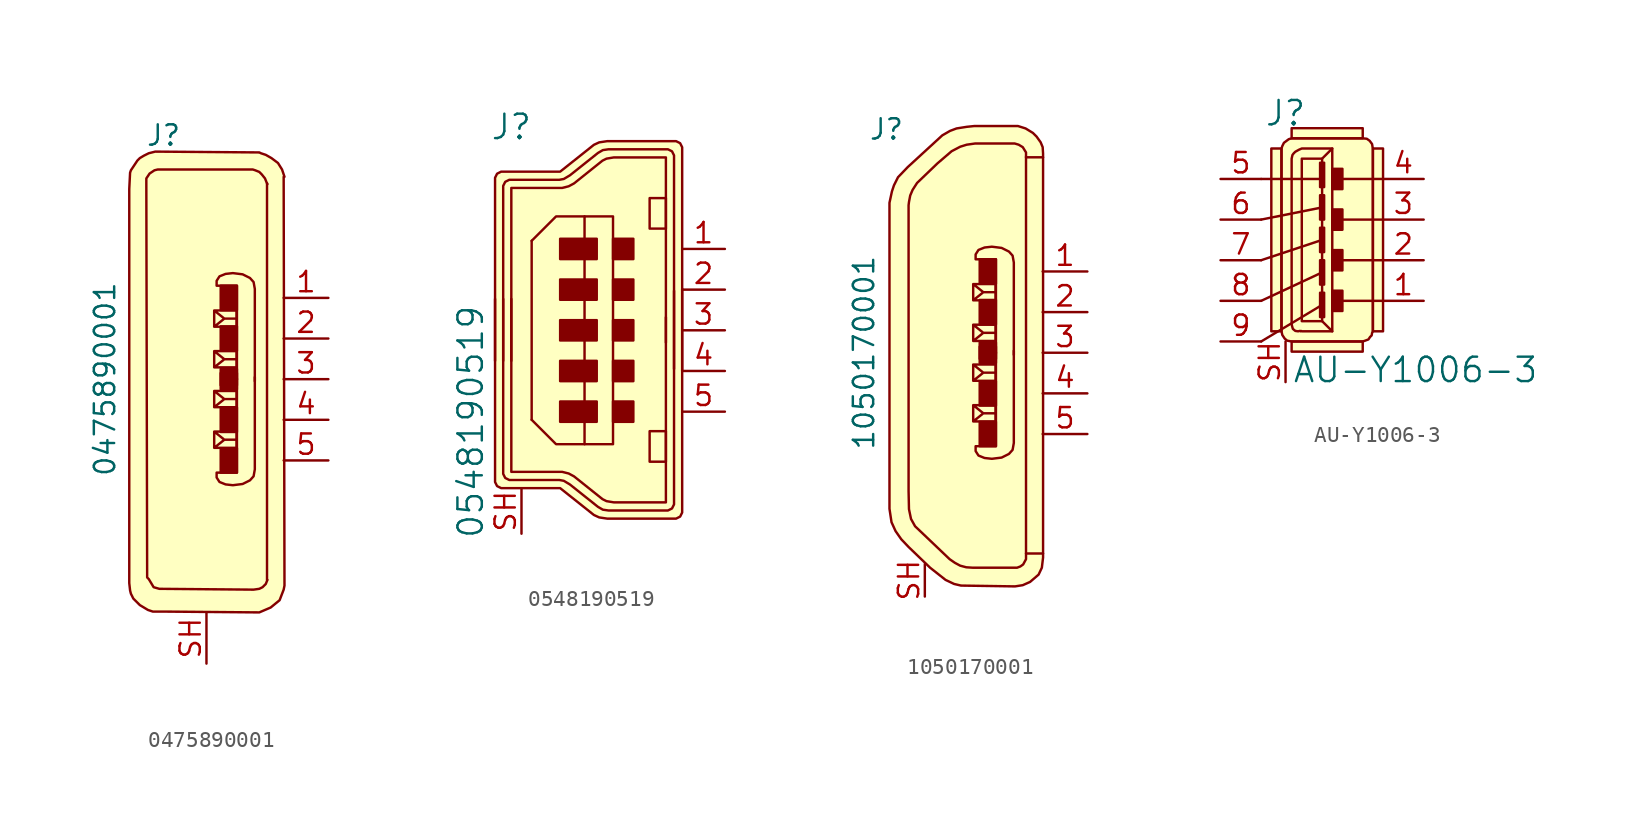
<source format=kicad_sym>
(kicad_symbol_lib
  (version 20220914)
  (generator kicad_symbol_editor)
  (symbol "0475890001"
    (pin_names
      (offset 1.016))
    (property "Reference" "J"
      (at -3.81 15.24 0)
      (effects (font (size 1.27 1.27)) (justify left)))
    (property "Value" "0475890001"
      (at -6.35 0 90)
      (effects (font (size 1.27 1.27))))
    (symbol "0475890001_0_1"
      (polyline (pts (xy 3.81 -12.548) (xy 3.708 -12.802) (xy 3.505 -13.005) (xy 3.302 -13.106) (xy 2.946 -13.157) (xy -2.946 -13.106) (xy -3.302 -13.005) (xy -3.454 -12.751) (xy -3.607 -12.497) (xy -3.708 -12.395) (xy -3.759 12.192) (xy -3.759 12.548) (xy -3.556 12.852) (xy -3.251 13.056) (xy -3.048 13.106) (xy 2.54 13.106) (xy 2.896 13.106) (xy 3.048 13.056) (xy 3.302 12.954) (xy 3.454 12.802) (xy 3.658 12.548) (xy 3.759 12.294) (xy 3.81 12.192)) (stroke (width 0) (type default)) (fill (type none)))
      (polyline (pts (xy 4.877 12.649) (xy 4.724 13.106) (xy 4.47 13.513) (xy 4.064 13.818) (xy 3.708 14.021) (xy 3.404 14.122) (xy 3.302 14.173) (xy -3.2 14.224) (xy -3.607 14.122) (xy -3.912 13.97) (xy -4.166 13.818) (xy -4.318 13.665) (xy -4.521 13.36) (xy -4.724 13.056) (xy -4.775 12.903) (xy -4.826 11.887) (xy -4.826 -12.751) (xy -4.775 -13.208) (xy -4.724 -13.411) (xy -4.572 -13.716) (xy -4.166 -14.122) (xy -3.658 -14.427) (xy -3.353 -14.529) (xy -2.642 -14.529) (xy 3.302 -14.58) (xy 4.013 -14.275) (xy 4.572 -13.818) (xy 4.826 -13.157) (xy 4.877 -12.903) (xy 4.826 12.649)) (stroke (width 0) (type default)) (fill (type background))))
    (symbol "0475890001_1_1"
      (polyline (pts (xy 3.785 12.243) (xy 3.785 -12.548)) (stroke (width 0) (type default)) (fill (type none)))
      (polyline (pts (xy 0.483 -4.293) (xy 0.483 -3.277) (xy 1.88 -3.277) (xy 1.88 -4.293) (xy 0.483 -4.293) (xy 1.118 -3.785) (xy 0.483 -3.277) (xy 1.88 -3.277) (xy 1.88 -3.785) (xy 1.118 -3.785)) (stroke (width 0) (type default)) (fill (type none)))
      (polyline (pts (xy 0.483 -1.753) (xy 0.483 -0.737) (xy 1.88 -0.737) (xy 1.88 -1.753) (xy 0.483 -1.753) (xy 1.118 -1.245) (xy 0.483 -0.737) (xy 1.88 -0.737) (xy 1.88 -1.245) (xy 1.118 -1.245)) (stroke (width 0) (type default)) (fill (type none)))
      (polyline (pts (xy 0.483 1.753) (xy 0.483 0.737) (xy 1.88 0.737) (xy 1.88 1.753) (xy 0.483 1.753) (xy 1.118 1.245) (xy 0.483 0.737) (xy 1.88 0.737) (xy 1.88 1.245) (xy 1.118 1.245)) (stroke (width 0) (type default)) (fill (type none)))
      (polyline (pts (xy 0.483 4.293) (xy 0.483 3.277) (xy 1.88 3.277) (xy 1.88 4.293) (xy 0.483 4.293) (xy 1.118 3.785) (xy 0.483 3.277) (xy 1.88 3.277) (xy 1.88 3.785) (xy 1.118 3.785)) (stroke (width 0) (type default)) (fill (type none)))
      (polyline (pts (xy 1.905 -0.025) (xy 1.905 5.842) (xy 0.635 5.842) (xy 0.635 6.147) (xy 0.813 6.426) (xy 1.194 6.579) (xy 1.651 6.629) (xy 2.261 6.553) (xy 2.718 6.325) (xy 2.946 6.071) (xy 3.023 5.639) (xy 3.023 4.801) (xy 3.023 -0.127)) (stroke (width 0) (type default)) (fill (type none)))
      (polyline (pts (xy 1.905 0.025) (xy 1.905 -5.842) (xy 0.635 -5.842) (xy 0.635 -6.147) (xy 0.813 -6.426) (xy 1.194 -6.579) (xy 1.651 -6.629) (xy 2.261 -6.553) (xy 2.718 -6.325) (xy 2.946 -6.071) (xy 3.023 -5.639) (xy 3.023 -4.801) (xy 3.023 0.127)) (stroke (width 0) (type default)) (fill (type none)))
      (rectangle (start 0.889 -4.318) (end 1.905 -5.842) (stroke (width 0) (type default)) (fill (type outline)))
      (rectangle (start 0.889 -3.302) (end 1.905 -1.778) (stroke (width 0) (type default)) (fill (type outline)))
      (rectangle (start 0.889 -0.635) (end 1.905 0.381) (stroke (width 0) (type default)) (fill (type outline)))
      (rectangle (start 0.889 0.635) (end 1.905 -0.381) (stroke (width 0) (type default)) (fill (type outline)))
      (rectangle (start 0.889 3.302) (end 1.905 1.778) (stroke (width 0) (type default)) (fill (type outline)))
      (rectangle (start 0.889 4.318) (end 1.905 5.842) (stroke (width 0) (type default)) (fill (type outline)))
      (pin passive line (at 7.62 5.08 180) (length 2.794) (name "~" (effects (font (size 1.27 1.27)))) (number "1" (effects (font (size 1.27 1.27)))))
      (pin passive line (at 7.62 2.54 180) (length 2.794) (name "~" (effects (font (size 1.27 1.27)))) (number "2" (effects (font (size 1.27 1.27)))))
      (pin passive line (at 7.62 0 180) (length 2.794) (name "~" (effects (font (size 1.27 1.27)))) (number "3" (effects (font (size 1.27 1.27)))))
      (pin passive line (at 7.62 -2.54 180) (length 2.794) (name "~" (effects (font (size 1.27 1.27)))) (number "4" (effects (font (size 1.27 1.27)))))
      (pin passive line (at 7.62 -5.08 180) (length 2.794) (name "~" (effects (font (size 1.27 1.27)))) (number "5" (effects (font (size 1.27 1.27)))))
      (pin passive line (at 0 -17.78 90) (length 3.175) (name "~" (effects (font (size 1.27 1.27)))) (number "SH" (effects (font (size 1.27 1.27)))))))
  (symbol "0548190519"
    (pin_names
      (offset 1.016))
    (property "Reference" "J"
      (at -5.715 12.7 0)
      (effects (font (size 1.524 1.524))))
    (property "Value" "0548190519"
      (at -8.255 -5.715 90)
      (effects (font (size 1.524 1.524))))
    (symbol "0548190519_0_1"
      (rectangle (start -0.381 -5.715) (end -2.667 -4.445) (stroke (width 0) (type default)) (fill (type outline)))
      (rectangle (start -0.381 -3.175) (end -2.667 -1.905) (stroke (width 0) (type default)) (fill (type outline)))
      (rectangle (start -0.381 -0.635) (end -2.667 0.635) (stroke (width 0) (type default)) (fill (type outline)))
      (rectangle (start -0.381 1.905) (end -2.667 3.175) (stroke (width 0) (type default)) (fill (type outline)))
      (rectangle (start -0.381 4.445) (end -2.667 5.715) (stroke (width 0) (type default)) (fill (type outline)))
      (polyline (pts (xy -4.445 5.588) (xy -4.445 -5.588)) (stroke (width 0) (type default)) (fill (type none)))
      (polyline (pts (xy -4.445 -5.588) (xy -2.921 -7.112) (xy -1.143 -7.112)) (stroke (width 0) (type default)) (fill (type none)))
      (polyline (pts (xy -4.445 5.588) (xy -2.921 7.112) (xy -1.143 7.112)) (stroke (width 0) (type default)) (fill (type none)))
      (polyline (pts (xy 3.937 -0.762) (xy 3.937 10.795) (xy 0.686 10.795) (xy 0.229 10.719) (xy -0.025 10.592) (xy -1.803 9.169) (xy -2.134 8.992) (xy -2.54 8.89) (xy -5.715 8.89) (xy -5.715 -1.905)) (stroke (width 0) (type default)) (fill (type none)))
      (polyline (pts (xy 3.937 0.813) (xy 3.937 -10.744) (xy 0.686 -10.744) (xy 0.229 -10.668) (xy -0.025 -10.541) (xy -1.803 -9.119) (xy -2.134 -8.941) (xy -2.54 -8.839) (xy -5.715 -8.839) (xy -5.715 1.956)) (stroke (width 0) (type default)) (fill (type none)))
      (polyline (pts (xy 4.953 -2.54) (xy 4.953 11.176) (xy 4.953 11.43) (xy 4.826 11.684) (xy 4.572 11.811) (xy 4.318 11.811) (xy 0.279 11.811) (xy -0.229 11.735) (xy -0.559 11.582) (xy -2.667 9.906) (xy -6.096 9.906) (xy -6.35 9.906) (xy -6.604 9.779) (xy -6.731 9.525) (xy -6.731 9.271) (xy -6.731 -1.905)) (stroke (width 0) (type default)) (fill (type background)))
      (polyline (pts (xy 4.953 2.591) (xy 4.953 -11.125) (xy 4.953 -11.379) (xy 4.826 -11.633) (xy 4.572 -11.76) (xy 4.318 -11.76) (xy 0.279 -11.76) (xy -0.229 -11.684) (xy -0.559 -11.532) (xy -2.667 -9.855) (xy -6.096 -9.855) (xy -6.35 -9.855) (xy -6.604 -9.728) (xy -6.731 -9.474) (xy -6.731 -9.22) (xy -6.731 1.956)) (stroke (width 0) (type default)) (fill (type background)))
      (polyline (pts (xy 4.445 -2.413) (xy 4.445 10.668) (xy 4.445 10.922) (xy 4.318 11.176) (xy 4.064 11.303) (xy 3.81 11.303) (xy 0.356 11.303) (xy 0 11.252) (xy -0.305 11.074) (xy -2.057 9.677) (xy -2.438 9.449) (xy -2.718 9.398) (xy -5.588 9.398) (xy -5.842 9.398) (xy -6.096 9.271) (xy -6.223 9.017) (xy -6.223 8.763) (xy -6.223 -1.905)) (stroke (width 0) (type default)) (fill (type none)))
      (polyline (pts (xy 4.445 2.464) (xy 4.445 -10.617) (xy 4.445 -10.871) (xy 4.318 -11.125) (xy 4.064 -11.252) (xy 3.81 -11.252) (xy 0.356 -11.252) (xy 0 -11.201) (xy -0.305 -11.024) (xy -2.057 -9.627) (xy -2.438 -9.398) (xy -2.718 -9.347) (xy -5.588 -9.347) (xy -5.842 -9.347) (xy -6.096 -9.22) (xy -6.223 -8.966) (xy -6.223 -8.712) (xy -6.223 1.956)) (stroke (width 0) (type default)) (fill (type none)))
      (rectangle (start 0.635 -7.112) (end -1.143 7.112) (stroke (width 0) (type default)) (fill (type none)))
      (rectangle (start 1.905 -4.445) (end 0.635 -5.715) (stroke (width 0) (type default)) (fill (type outline)))
      (rectangle (start 1.905 -1.905) (end 0.635 -3.175) (stroke (width 0) (type default)) (fill (type outline)))
      (rectangle (start 1.905 0.635) (end 0.635 -0.635) (stroke (width 0) (type default)) (fill (type outline)))
      (rectangle (start 1.905 3.175) (end 0.635 1.905) (stroke (width 0) (type default)) (fill (type outline)))
      (rectangle (start 1.905 5.715) (end 0.635 4.445) (stroke (width 0) (type default)) (fill (type outline)))
      (rectangle (start 2.921 -8.204) (end 3.937 -6.299) (stroke (width 0) (type default)) (fill (type none)))
      (rectangle (start 2.921 8.255) (end 3.937 6.35) (stroke (width 0) (type default)) (fill (type none))))
    (symbol "0548190519_1_1"
      (pin passive line (at 7.62 5.08 180) (length 2.667) (name "~" (effects (font (size 1.27 1.27)))) (number "1" (effects (font (size 1.27 1.27)))))
      (pin passive line (at 7.62 2.54 180) (length 2.667) (name "~" (effects (font (size 1.27 1.27)))) (number "2" (effects (font (size 1.27 1.27)))))
      (pin passive line (at 7.62 0 180) (length 2.667) (name "~" (effects (font (size 1.27 1.27)))) (number "3" (effects (font (size 1.27 1.27)))))
      (pin passive line (at 7.62 -2.54 180) (length 2.667) (name "~" (effects (font (size 1.27 1.27)))) (number "4" (effects (font (size 1.27 1.27)))))
      (pin passive line (at 7.62 -5.08 180) (length 2.667) (name "~" (effects (font (size 1.27 1.27)))) (number "5" (effects (font (size 1.27 1.27)))))
      (pin passive line (at -5.08 -12.7 90) (length 2.794) (name "~" (effects (font (size 1.27 1.27)))) (number "SH" (effects (font (size 1.27 1.27)))))))
  (symbol "1050170001"
    (pin_names
      (offset 1.016))
    (property "Reference" "J"
      (at -3.81 13.97 0)
      (effects (font (size 1.27 1.27)) (justify right)))
    (property "Value" "1050170001"
      (at -6.35 0 90)
      (effects (font (size 1.27 1.27))))
    (symbol "1050170001_1_1"
      (polyline (pts (xy 3.785 12.243) (xy 3.785 -12.548)) (stroke (width 0) (type default)) (fill (type none)))
      (polyline (pts (xy 0.483 -4.293) (xy 0.483 -3.277) (xy 1.88 -3.277) (xy 1.88 -4.293) (xy 0.483 -4.293) (xy 1.118 -3.785) (xy 0.483 -3.277) (xy 1.88 -3.277) (xy 1.88 -3.785) (xy 1.118 -3.785)) (stroke (width 0) (type default)) (fill (type none)))
      (polyline (pts (xy 0.483 -1.753) (xy 0.483 -0.737) (xy 1.88 -0.737) (xy 1.88 -1.753) (xy 0.483 -1.753) (xy 1.118 -1.245) (xy 0.483 -0.737) (xy 1.88 -0.737) (xy 1.88 -1.245) (xy 1.118 -1.245)) (stroke (width 0) (type default)) (fill (type none)))
      (polyline (pts (xy 0.483 1.753) (xy 0.483 0.737) (xy 1.88 0.737) (xy 1.88 1.753) (xy 0.483 1.753) (xy 1.118 1.245) (xy 0.483 0.737) (xy 1.88 0.737) (xy 1.88 1.245) (xy 1.118 1.245)) (stroke (width 0) (type default)) (fill (type none)))
      (polyline (pts (xy 0.483 4.293) (xy 0.483 3.277) (xy 1.88 3.277) (xy 1.88 4.293) (xy 0.483 4.293) (xy 1.118 3.785) (xy 0.483 3.277) (xy 1.88 3.277) (xy 1.88 3.785) (xy 1.118 3.785)) (stroke (width 0) (type default)) (fill (type none)))
      (polyline (pts (xy 1.905 -0.025) (xy 1.905 5.842) (xy 0.635 5.842) (xy 0.635 6.147) (xy 0.813 6.426) (xy 1.194 6.579) (xy 1.651 6.629) (xy 2.261 6.553) (xy 2.718 6.325) (xy 2.946 6.071) (xy 3.023 5.639) (xy 3.023 4.801) (xy 3.023 -0.127)) (stroke (width 0) (type default)) (fill (type none)))
      (polyline (pts (xy 1.905 0.025) (xy 1.905 -5.842) (xy 0.635 -5.842) (xy 0.635 -6.147) (xy 0.813 -6.426) (xy 1.194 -6.579) (xy 1.651 -6.629) (xy 2.261 -6.553) (xy 2.718 -6.325) (xy 2.946 -6.071) (xy 3.023 -5.639) (xy 3.023 -4.801) (xy 3.023 0.127)) (stroke (width 0) (type default)) (fill (type none)))
      (polyline (pts (xy 4.851 -12.548) (xy 3.835 -12.548) (xy 3.785 -12.548) (xy 3.785 -12.903) (xy 3.607 -13.233) (xy 3.429 -13.36) (xy 3.226 -13.437) (xy 0.457 -13.437) (xy 0.051 -13.411) (xy -0.33 -13.31) (xy -0.66 -13.132) (xy -0.991 -12.903) (xy -3.15 -10.846) (xy -3.404 -10.389) (xy -3.531 -9.779) (xy -3.556 -8.636) (xy -3.556 9.22) (xy -3.531 9.423) (xy -3.454 9.83) (xy -3.302 10.185) (xy -3.023 10.617) (xy -1.753 11.836) (xy -0.864 12.598) (xy -0.33 12.878) (xy 0.076 13.005) (xy 0.61 13.081) (xy 3.073 13.081) (xy 3.327 13.005) (xy 3.581 12.852) (xy 3.785 12.522) (xy 3.785 12.217) (xy 4.851 12.217)) (stroke (width 0) (type default)) (fill (type none)))
      (polyline (pts (xy 4.851 -11.481) (xy 4.851 -12.802) (xy 4.775 -13.437) (xy 4.572 -13.868) (xy 4.039 -14.326) (xy 3.581 -14.529) (xy 3.099 -14.605) (xy -0.279 -14.554) (xy -0.711 -14.453) (xy -1.245 -14.199) (xy -2.21 -13.437) (xy -3.556 -12.141) (xy -4.013 -11.659) (xy -4.369 -11.151) (xy -4.623 -10.592) (xy -4.75 -9.754) (xy -4.75 9.373) (xy -4.597 10.084) (xy -4.47 10.465) (xy -4.216 10.973) (xy -3.607 11.608) (xy -1.448 13.589) (xy -0.965 13.868) (xy -0.559 14.021) (xy 0.076 14.122) (xy 0.559 14.173) (xy 3.277 14.173) (xy 3.759 14.021) (xy 4.216 13.741) (xy 4.445 13.513) (xy 4.699 13.157) (xy 4.826 12.852) (xy 4.851 12.446) (xy 4.851 -11.506)) (stroke (width 0) (type default)) (fill (type background)))
      (rectangle (start 0.889 -4.318) (end 1.905 -5.842) (stroke (width 0) (type default)) (fill (type outline)))
      (rectangle (start 0.889 -3.302) (end 1.905 -1.778) (stroke (width 0) (type default)) (fill (type outline)))
      (rectangle (start 0.889 -0.635) (end 1.905 0.381) (stroke (width 0) (type default)) (fill (type outline)))
      (rectangle (start 0.889 0.635) (end 1.905 -0.381) (stroke (width 0) (type default)) (fill (type outline)))
      (rectangle (start 0.889 3.302) (end 1.905 1.778) (stroke (width 0) (type default)) (fill (type outline)))
      (rectangle (start 0.889 4.318) (end 1.905 5.842) (stroke (width 0) (type default)) (fill (type outline)))
      (pin passive line (at 7.62 5.08 180) (length 2.794) (name "~" (effects (font (size 1.27 1.27)))) (number "1" (effects (font (size 1.27 1.27)))))
      (pin passive line (at 7.62 2.54 180) (length 2.794) (name "~" (effects (font (size 1.27 1.27)))) (number "2" (effects (font (size 1.27 1.27)))))
      (pin passive line (at 7.62 0 180) (length 2.794) (name "~" (effects (font (size 1.27 1.27)))) (number "3" (effects (font (size 1.27 1.27)))))
      (pin passive line (at 7.62 -2.54 180) (length 2.794) (name "~" (effects (font (size 1.27 1.27)))) (number "4" (effects (font (size 1.27 1.27)))))
      (pin passive line (at 7.62 -5.08 180) (length 2.794) (name "~" (effects (font (size 1.27 1.27)))) (number "5" (effects (font (size 1.27 1.27)))))
      (pin passive line (at -2.54 -15.24 90) (length 2.032) (name "~" (effects (font (size 1.27 1.27)))) (number "SH" (effects (font (size 1.27 1.27)))))))
  (symbol "AU-Y1006-3"
    (pin_names
      (offset 1.016))
    (property "Reference" "J"
      (at -1.016 9.195 0)
      (effects (font (size 1.524 1.524))))
    (property "Value" "AU-Y1006-3"
      (at 7.112 -6.858 0)
      (effects (font (size 1.524 1.524))))
    (symbol "AU-Y1006-3_0_1"
      (rectangle (start -1.27 -4.445) (end -1.905 6.985) (stroke (width 0) (type default)) (fill (type background)))
      (polyline (pts (xy -2.54 -5.08) (xy 1.27 -2.794)) (stroke (width 0) (type default)) (fill (type none)))
      (polyline (pts (xy -2.54 -2.54) (xy 1.27 -0.762)) (stroke (width 0) (type default)) (fill (type none)))
      (polyline (pts (xy -2.54 0) (xy 1.27 1.27)) (stroke (width 0) (type default)) (fill (type none)))
      (polyline (pts (xy -2.54 2.54) (xy 1.27 3.302)) (stroke (width 0) (type default)) (fill (type none)))
      (polyline (pts (xy -2.54 5.08) (xy 1.27 5.08)) (stroke (width 0) (type default)) (fill (type none)))
      (polyline (pts (xy 1.27 -3.81) (xy 1.905 -4.445)) (stroke (width 0) (type default)) (fill (type none)))
      (polyline (pts (xy 1.27 6.35) (xy 1.905 6.985)) (stroke (width 0) (type default)) (fill (type none)))
      (polyline (pts (xy 5.08 -2.54) (xy 2.54 -2.54)) (stroke (width 0) (type default)) (fill (type none)))
      (polyline (pts (xy 5.08 0) (xy 2.54 0)) (stroke (width 0) (type default)) (fill (type none)))
      (polyline (pts (xy 5.08 2.54) (xy 2.54 2.54)) (stroke (width 0) (type default)) (fill (type none)))
      (polyline (pts (xy 5.08 5.08) (xy 2.54 5.08)) (stroke (width 0) (type default)) (fill (type none)))
      (polyline (pts (xy -0.635 6.35) (xy -0.635 -3.81) (xy -0.635 -3.988) (xy -0.61 -4.115) (xy -0.559 -4.293) (xy -0.406 -4.42) (xy -0.229 -4.445) (xy -0.127 -4.42) (xy -0.076 -4.445) (xy -0.051 -4.42) (xy 0 -4.445) (xy 1.905 -4.445) (xy 1.905 6.985) (xy 0 6.985) (xy -0.178 6.909) (xy -0.406 6.782) (xy -0.508 6.68) (xy -0.584 6.579) (xy -0.635 6.35)) (stroke (width 0) (type default)) (fill (type none)))
      (polyline (pts (xy -0.635 -5.08) (xy 3.81 -5.08) (xy 3.962 -5.029) (xy 4.166 -4.953) (xy 4.267 -4.801) (xy 4.369 -4.699) (xy 4.394 -4.547) (xy 4.445 -4.445) (xy 4.445 6.985) (xy 4.42 7.087) (xy 4.42 7.112) (xy 4.394 7.264) (xy 4.242 7.468) (xy 4.064 7.595) (xy 3.81 7.62) (xy -0.635 7.62) (xy -0.813 7.569) (xy -1.118 7.341) (xy -1.219 7.137) (xy -1.27 6.985) (xy -1.27 -4.445) (xy -1.219 -4.674) (xy -1.067 -4.902) (xy -0.914 -5.029) (xy -0.635 -5.08)) (stroke (width 0) (type default)) (fill (type background)))
      (rectangle (start 1.27 6.35) (end 0 -3.81) (stroke (width 0) (type default)) (fill (type none)))
      (rectangle (start 1.397 -3.556) (end 1.143 -2.032) (stroke (width 0) (type default)) (fill (type outline)))
      (rectangle (start 1.397 -1.524) (end 1.143 0) (stroke (width 0) (type default)) (fill (type outline)))
      (rectangle (start 1.397 0.508) (end 1.143 2.032) (stroke (width 0) (type default)) (fill (type outline)))
      (rectangle (start 1.397 2.54) (end 1.143 4.064) (stroke (width 0) (type default)) (fill (type outline)))
      (rectangle (start 1.397 4.572) (end 1.143 6.096) (stroke (width 0) (type default)) (fill (type outline)))
      (rectangle (start 2.54 -1.905) (end 1.905 -3.175) (stroke (width 0) (type default)) (fill (type outline)))
      (rectangle (start 2.54 0.635) (end 1.905 -0.635) (stroke (width 0) (type default)) (fill (type outline)))
      (rectangle (start 2.54 3.175) (end 1.905 1.905) (stroke (width 0) (type default)) (fill (type outline)))
      (rectangle (start 2.54 4.445) (end 1.905 5.715) (stroke (width 0) (type default)) (fill (type outline)))
      (rectangle (start 3.81 -5.08) (end -0.635 -5.715) (stroke (width 0) (type default)) (fill (type background)))
      (rectangle (start 3.81 7.62) (end -0.635 8.255) (stroke (width 0) (type default)) (fill (type background)))
      (rectangle (start 4.445 6.985) (end 5.08 -4.445) (stroke (width 0) (type default)) (fill (type background))))
    (symbol "AU-Y1006-3_1_1"
      (pin passive line (at 7.62 -2.54 180) (length 2.54) (name "~" (effects (font (size 1.27 1.27)))) (number "1" (effects (font (size 1.27 1.27)))))
      (pin passive line (at 7.62 0 180) (length 2.54) (name "~" (effects (font (size 1.27 1.27)))) (number "2" (effects (font (size 1.27 1.27)))))
      (pin passive line (at 7.62 2.54 180) (length 2.54) (name "~" (effects (font (size 1.27 1.27)))) (number "3" (effects (font (size 1.27 1.27)))))
      (pin passive line (at 7.62 5.08 180) (length 2.54) (name "~" (effects (font (size 1.27 1.27)))) (number "4" (effects (font (size 1.27 1.27)))))
      (pin passive line (at -5.08 5.08 0) (length 2.54) (name "~" (effects (font (size 1.27 1.27)))) (number "5" (effects (font (size 1.27 1.27)))))
      (pin passive line (at -5.08 2.54 0) (length 2.54) (name "~" (effects (font (size 1.27 1.27)))) (number "6" (effects (font (size 1.27 1.27)))))
      (pin passive line (at -5.08 0 0) (length 2.54) (name "~" (effects (font (size 1.27 1.27)))) (number "7" (effects (font (size 1.27 1.27)))))
      (pin passive line (at -5.08 -2.54 0) (length 2.54) (name "~" (effects (font (size 1.27 1.27)))) (number "8" (effects (font (size 1.27 1.27)))))
      (pin passive line (at -5.08 -5.08 0) (length 2.54) (name "~" (effects (font (size 1.27 1.27)))) (number "9" (effects (font (size 1.27 1.27)))))
      (pin passive line (at -1.016 -7.62 90) (length 2.54) (name "~" (effects (font (size 1.27 1.27)))) (number "SH" (effects (font (size 1.27 1.27))))))))
</source>
